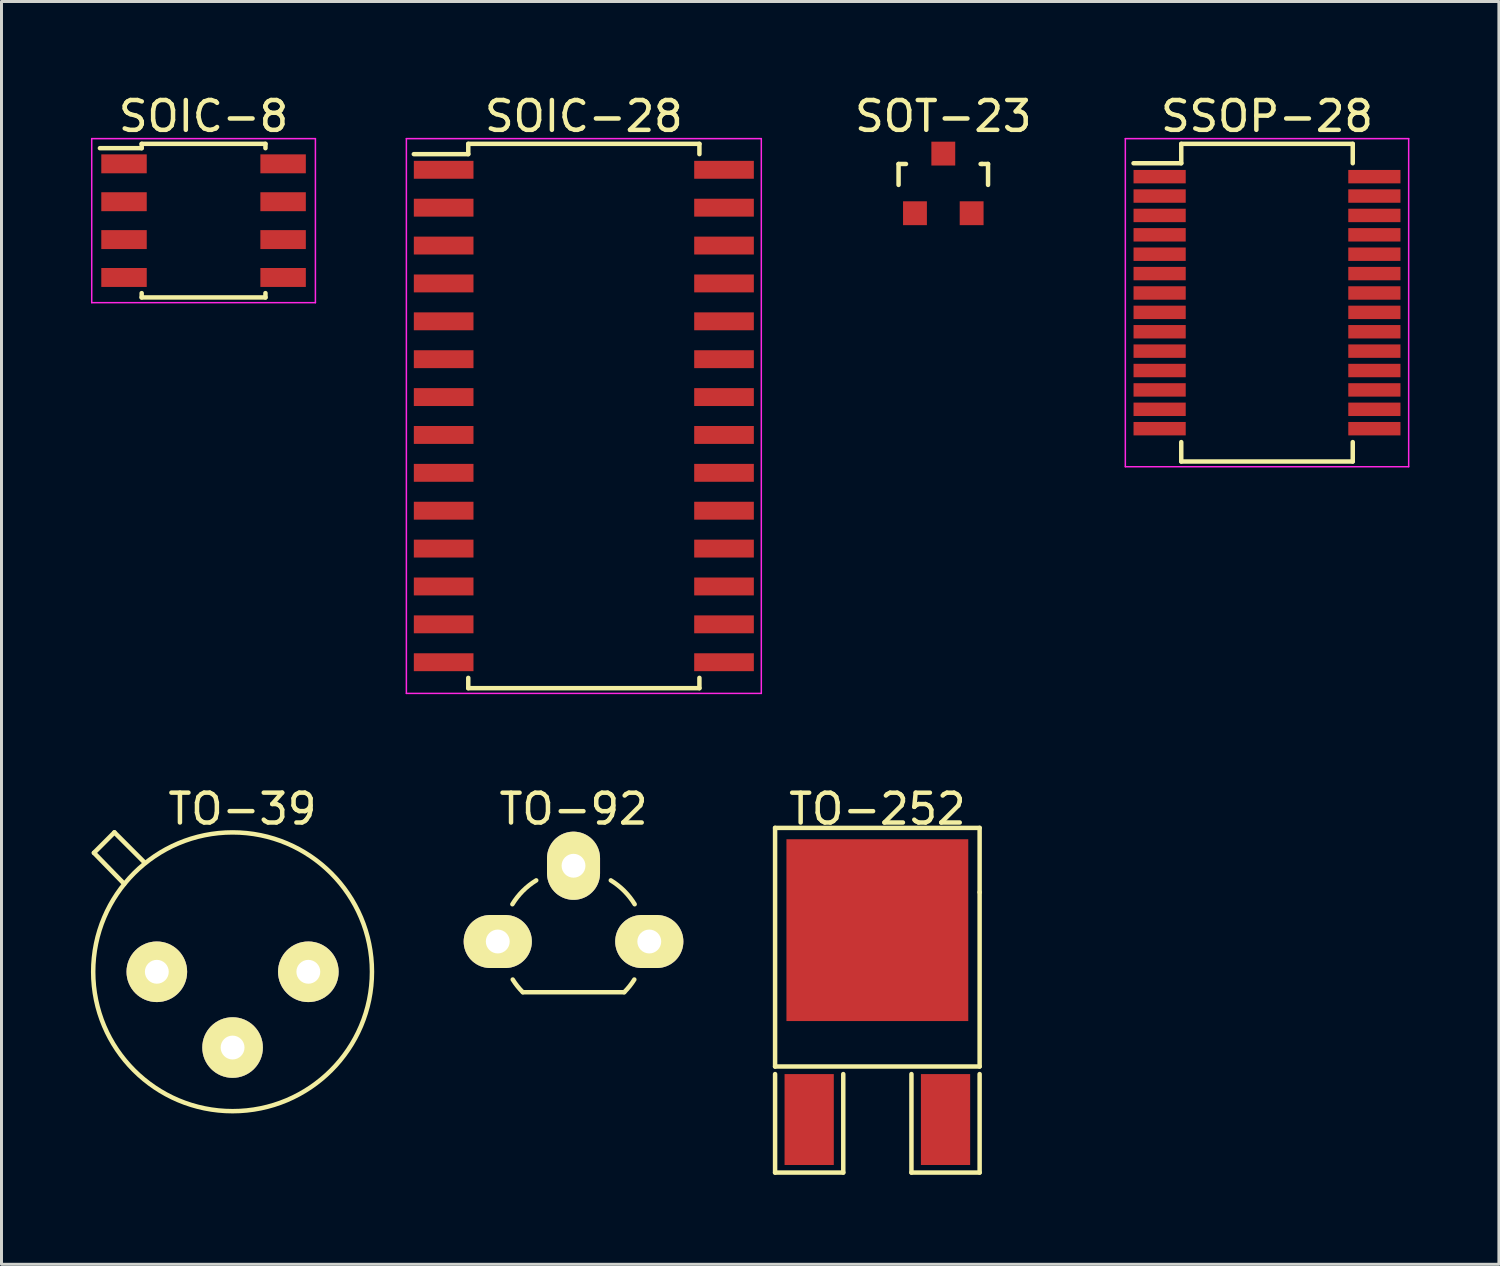
<source format=kicad_pcb>
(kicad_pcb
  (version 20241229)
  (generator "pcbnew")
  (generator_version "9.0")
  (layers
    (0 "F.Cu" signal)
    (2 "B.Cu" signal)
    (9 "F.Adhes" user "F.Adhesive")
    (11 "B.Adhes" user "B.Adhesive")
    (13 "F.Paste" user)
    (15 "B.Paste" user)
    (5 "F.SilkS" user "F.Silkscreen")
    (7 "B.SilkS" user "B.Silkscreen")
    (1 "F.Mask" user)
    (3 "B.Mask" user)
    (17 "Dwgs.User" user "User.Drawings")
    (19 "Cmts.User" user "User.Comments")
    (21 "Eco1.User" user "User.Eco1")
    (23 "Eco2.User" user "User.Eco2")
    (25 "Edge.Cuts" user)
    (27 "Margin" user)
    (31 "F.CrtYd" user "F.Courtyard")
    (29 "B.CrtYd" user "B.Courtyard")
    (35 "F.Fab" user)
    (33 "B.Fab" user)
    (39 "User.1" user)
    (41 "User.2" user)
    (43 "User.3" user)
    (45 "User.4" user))
  (footprint "SOT-23"
    (layer "F.Cu")
    (at 28.577 3.098)
    (property "Reference" "SOT-23" (at 0 -2.25 0) (layer "F.SilkS") (effects (font (size 1 1) (thickness 0.15))))
    (attr smd)
    (fp_line (start -1.5 -0.65) (end -1.251 -0.65) (stroke (width 0.15) (type solid)) (layer "F.SilkS"))
    (fp_line (start -1.5 0.051) (end -1.5 -0.65) (stroke (width 0.15) (type solid)) (layer "F.SilkS"))
    (fp_line (start 1.299 -0.65) (end 1.251 -0.65) (stroke (width 0.15) (type solid)) (layer "F.SilkS"))
    (fp_line (start 1.299 -0.65) (end 1.5 -0.65) (stroke (width 0.15) (type solid)) (layer "F.SilkS"))
    (fp_line (start 1.5 -0.65) (end 1.5 0.051) (stroke (width 0.15) (type solid)) (layer "F.SilkS"))
    (pad "1" smd rect (at -0.95 1.001) (size 0.8 0.8) (layers "F.Cu" "F.Mask" "F.Paste"))
    (pad "2" smd rect (at 0.95 1.001) (size 0.8 0.8) (layers "F.Cu" "F.Mask" "F.Paste"))
    (pad "3" smd rect (at 0 -0.998) (size 0.8 0.8) (layers "F.Cu" "F.Mask" "F.Paste")))
  (footprint "SOIC-28"
    (layer "F.Cu")
    (at 16.525 10.898)
    (property "Reference" "SOIC-28" (at 0 -10.05 0) (layer "F.SilkS") (effects (font (size 1 1) (thickness 0.15))))
    (attr smd)
    (fp_line (start -3.875 -9.125) (end -3.875 -8.78) (stroke (width 0.15) (type solid)) (layer "F.SilkS"))
    (fp_line (start -3.875 -9.125) (end 3.875 -9.125) (stroke (width 0.15) (type solid)) (layer "F.SilkS"))
    (fp_line (start -3.875 -8.78) (end -5.7 -8.78) (stroke (width 0.15) (type solid)) (layer "F.SilkS"))
    (fp_line (start -3.875 9.125) (end -3.875 8.78) (stroke (width 0.15) (type solid)) (layer "F.SilkS"))
    (fp_line (start -3.875 9.125) (end 3.875 9.125) (stroke (width 0.15) (type solid)) (layer "F.SilkS"))
    (fp_line (start 3.875 -9.125) (end 3.875 -8.78) (stroke (width 0.15) (type solid)) (layer "F.SilkS"))
    (fp_line (start 3.875 9.125) (end 3.875 8.78) (stroke (width 0.15) (type solid)) (layer "F.SilkS"))
    (fp_line (start -5.95 -9.3) (end -5.95 9.3) (stroke (width 0.05) (type solid)) (layer "F.CrtYd"))
    (fp_line (start -5.95 -9.3) (end 5.95 -9.3) (stroke (width 0.05) (type solid)) (layer "F.CrtYd"))
    (fp_line (start -5.95 9.3) (end 5.95 9.3) (stroke (width 0.05) (type solid)) (layer "F.CrtYd"))
    (fp_line (start 5.95 -9.3) (end 5.95 9.3) (stroke (width 0.05) (type solid)) (layer "F.CrtYd"))
    (pad "1" smd rect (at -4.7 -8.255) (size 2 0.6) (layers "F.Cu" "F.Mask" "F.Paste"))
    (pad "2" smd rect (at -4.7 -6.985) (size 2 0.6) (layers "F.Cu" "F.Mask" "F.Paste"))
    (pad "3" smd rect (at -4.7 -5.715) (size 2 0.6) (layers "F.Cu" "F.Mask" "F.Paste"))
    (pad "4" smd rect (at -4.7 -4.445) (size 2 0.6) (layers "F.Cu" "F.Mask" "F.Paste"))
    (pad "5" smd rect (at -4.7 -3.175) (size 2 0.6) (layers "F.Cu" "F.Mask" "F.Paste"))
    (pad "6" smd rect (at -4.7 -1.905) (size 2 0.6) (layers "F.Cu" "F.Mask" "F.Paste"))
    (pad "7" smd rect (at -4.7 -0.635) (size 2 0.6) (layers "F.Cu" "F.Mask" "F.Paste"))
    (pad "8" smd rect (at -4.7 0.635) (size 2 0.6) (layers "F.Cu" "F.Mask" "F.Paste"))
    (pad "9" smd rect (at -4.7 1.905) (size 2 0.6) (layers "F.Cu" "F.Mask" "F.Paste"))
    (pad "10" smd rect (at -4.7 3.175) (size 2 0.6) (layers "F.Cu" "F.Mask" "F.Paste"))
    (pad "11" smd rect (at -4.7 4.445) (size 2 0.6) (layers "F.Cu" "F.Mask" "F.Paste"))
    (pad "12" smd rect (at -4.7 5.715) (size 2 0.6) (layers "F.Cu" "F.Mask" "F.Paste"))
    (pad "13" smd rect (at -4.7 6.985) (size 2 0.6) (layers "F.Cu" "F.Mask" "F.Paste"))
    (pad "14" smd rect (at -4.7 8.255) (size 2 0.6) (layers "F.Cu" "F.Mask" "F.Paste"))
    (pad "15" smd rect (at 4.7 8.255) (size 2 0.6) (layers "F.Cu" "F.Mask" "F.Paste"))
    (pad "16" smd rect (at 4.7 6.985) (size 2 0.6) (layers "F.Cu" "F.Mask" "F.Paste"))
    (pad "17" smd rect (at 4.7 5.715) (size 2 0.6) (layers "F.Cu" "F.Mask" "F.Paste"))
    (pad "18" smd rect (at 4.7 4.445) (size 2 0.6) (layers "F.Cu" "F.Mask" "F.Paste"))
    (pad "19" smd rect (at 4.7 3.175) (size 2 0.6) (layers "F.Cu" "F.Mask" "F.Paste"))
    (pad "20" smd rect (at 4.7 1.905) (size 2 0.6) (layers "F.Cu" "F.Mask" "F.Paste"))
    (pad "21" smd rect (at 4.7 0.635) (size 2 0.6) (layers "F.Cu" "F.Mask" "F.Paste"))
    (pad "22" smd rect (at 4.7 -0.635) (size 2 0.6) (layers "F.Cu" "F.Mask" "F.Paste"))
    (pad "23" smd rect (at 4.7 -1.905) (size 2 0.6) (layers "F.Cu" "F.Mask" "F.Paste"))
    (pad "24" smd rect (at 4.7 -3.175) (size 2 0.6) (layers "F.Cu" "F.Mask" "F.Paste"))
    (pad "25" smd rect (at 4.7 -4.445) (size 2 0.6) (layers "F.Cu" "F.Mask" "F.Paste"))
    (pad "26" smd rect (at 4.7 -5.715) (size 2 0.6) (layers "F.Cu" "F.Mask" "F.Paste"))
    (pad "27" smd rect (at 4.7 -6.985) (size 2 0.6) (layers "F.Cu" "F.Mask" "F.Paste"))
    (pad "28" smd rect (at 4.7 -8.255) (size 2 0.6) (layers "F.Cu" "F.Mask" "F.Paste")))
  (footprint "SSOP-28"
    (layer "F.Cu")
    (at 39.43 7.098)
    (property "Reference" "SSOP-28" (at 0 -6.25 0) (layer "F.SilkS") (effects (font (size 1 1) (thickness 0.15))))
    (attr smd)
    (fp_line (start -2.875 -5.325) (end -2.875 -4.675) (stroke (width 0.15) (type solid)) (layer "F.SilkS"))
    (fp_line (start -2.875 -5.325) (end 2.875 -5.325) (stroke (width 0.15) (type solid)) (layer "F.SilkS"))
    (fp_line (start -2.875 -4.675) (end -4.475 -4.675) (stroke (width 0.15) (type solid)) (layer "F.SilkS"))
    (fp_line (start -2.875 5.325) (end -2.875 4.675) (stroke (width 0.15) (type solid)) (layer "F.SilkS"))
    (fp_line (start -2.875 5.325) (end 2.875 5.325) (stroke (width 0.15) (type solid)) (layer "F.SilkS"))
    (fp_line (start 2.875 -5.325) (end 2.875 -4.675) (stroke (width 0.15) (type solid)) (layer "F.SilkS"))
    (fp_line (start 2.875 5.325) (end 2.875 4.675) (stroke (width 0.15) (type solid)) (layer "F.SilkS"))
    (fp_line (start -4.75 -5.5) (end -4.75 5.5) (stroke (width 0.05) (type solid)) (layer "F.CrtYd"))
    (fp_line (start -4.75 -5.5) (end 4.75 -5.5) (stroke (width 0.05) (type solid)) (layer "F.CrtYd"))
    (fp_line (start -4.75 5.5) (end 4.75 5.5) (stroke (width 0.05) (type solid)) (layer "F.CrtYd"))
    (fp_line (start 4.75 -5.5) (end 4.75 5.5) (stroke (width 0.05) (type solid)) (layer "F.CrtYd"))
    (pad "1" smd rect (at -3.6 -4.225) (size 1.75 0.45) (layers "F.Cu" "F.Mask" "F.Paste"))
    (pad "2" smd rect (at -3.6 -3.575) (size 1.75 0.45) (layers "F.Cu" "F.Mask" "F.Paste"))
    (pad "3" smd rect (at -3.6 -2.925) (size 1.75 0.45) (layers "F.Cu" "F.Mask" "F.Paste"))
    (pad "4" smd rect (at -3.6 -2.275) (size 1.75 0.45) (layers "F.Cu" "F.Mask" "F.Paste"))
    (pad "5" smd rect (at -3.6 -1.625) (size 1.75 0.45) (layers "F.Cu" "F.Mask" "F.Paste"))
    (pad "6" smd rect (at -3.6 -0.975) (size 1.75 0.45) (layers "F.Cu" "F.Mask" "F.Paste"))
    (pad "7" smd rect (at -3.6 -0.325) (size 1.75 0.45) (layers "F.Cu" "F.Mask" "F.Paste"))
    (pad "8" smd rect (at -3.6 0.325) (size 1.75 0.45) (layers "F.Cu" "F.Mask" "F.Paste"))
    (pad "9" smd rect (at -3.6 0.975) (size 1.75 0.45) (layers "F.Cu" "F.Mask" "F.Paste"))
    (pad "10" smd rect (at -3.6 1.625) (size 1.75 0.45) (layers "F.Cu" "F.Mask" "F.Paste"))
    (pad "11" smd rect (at -3.6 2.275) (size 1.75 0.45) (layers "F.Cu" "F.Mask" "F.Paste"))
    (pad "12" smd rect (at -3.6 2.925) (size 1.75 0.45) (layers "F.Cu" "F.Mask" "F.Paste"))
    (pad "13" smd rect (at -3.6 3.575) (size 1.75 0.45) (layers "F.Cu" "F.Mask" "F.Paste"))
    (pad "14" smd rect (at -3.6 4.225) (size 1.75 0.45) (layers "F.Cu" "F.Mask" "F.Paste"))
    (pad "15" smd rect (at 3.6 4.225) (size 1.75 0.45) (layers "F.Cu" "F.Mask" "F.Paste"))
    (pad "16" smd rect (at 3.6 3.575) (size 1.75 0.45) (layers "F.Cu" "F.Mask" "F.Paste"))
    (pad "17" smd rect (at 3.6 2.925) (size 1.75 0.45) (layers "F.Cu" "F.Mask" "F.Paste"))
    (pad "18" smd rect (at 3.6 2.275) (size 1.75 0.45) (layers "F.Cu" "F.Mask" "F.Paste"))
    (pad "19" smd rect (at 3.6 1.625) (size 1.75 0.45) (layers "F.Cu" "F.Mask" "F.Paste"))
    (pad "20" smd rect (at 3.6 0.975) (size 1.75 0.45) (layers "F.Cu" "F.Mask" "F.Paste"))
    (pad "21" smd rect (at 3.6 0.325) (size 1.75 0.45) (layers "F.Cu" "F.Mask" "F.Paste"))
    (pad "22" smd rect (at 3.6 -0.325) (size 1.75 0.45) (layers "F.Cu" "F.Mask" "F.Paste"))
    (pad "23" smd rect (at 3.6 -0.975) (size 1.75 0.45) (layers "F.Cu" "F.Mask" "F.Paste"))
    (pad "24" smd rect (at 3.6 -1.625) (size 1.75 0.45) (layers "F.Cu" "F.Mask" "F.Paste"))
    (pad "25" smd rect (at 3.6 -2.275) (size 1.75 0.45) (layers "F.Cu" "F.Mask" "F.Paste"))
    (pad "26" smd rect (at 3.6 -2.925) (size 1.75 0.45) (layers "F.Cu" "F.Mask" "F.Paste"))
    (pad "27" smd rect (at 3.6 -3.575) (size 1.75 0.45) (layers "F.Cu" "F.Mask" "F.Paste"))
    (pad "28" smd rect (at 3.6 -4.225) (size 1.75 0.45) (layers "F.Cu" "F.Mask" "F.Paste")))
  (footprint "TO-92"
    (layer "F.Cu")
    (at 13.639 28.517)
    (property "Reference" "TO-92" (at 2.54 -4.445 0) (layer "F.SilkS") (effects (font (size 1 1) (thickness 0.15))))
    (attr through_hole)
    (fp_line (start 0.84 1.7) (end 4.24 1.7) (stroke (width 0.15) (type solid)) (layer "F.SilkS"))
    (fp_arc (start 0.49 -1.25) (mid 0.842207 -1.697793) (end 1.29 -2.05) (stroke (width 0.15) (type solid)) (layer "F.SilkS"))
    (fp_arc (start 0.84 1.7) (mid 0.658552 1.496715) (end 0.501273 1.274203) (stroke (width 0.15) (type solid)) (layer "F.SilkS"))
    (fp_arc (start 3.79 -2.05) (mid 4.237793 -1.697793) (end 4.59 -1.25) (stroke (width 0.15) (type solid)) (layer "F.SilkS"))
    (fp_arc (start 4.578727 1.274203) (mid 4.421448 1.496715) (end 4.24 1.7) (stroke (width 0.15) (type solid)) (layer "F.SilkS"))
    (pad "1" thru_hole oval (at 0 0 90) (size 1.778 2.286) (drill 0.8) (layers "*.Cu" "*.Mask" "F.SilkS"))
    (pad "2" thru_hole oval (at 2.54 -2.54 90) (size 2.286 1.778) (drill 0.8) (layers "*.Cu" "*.Mask" "F.SilkS"))
    (pad "3" thru_hole oval (at 5.08 0 90) (size 1.778 2.286) (drill 0.8) (layers "*.Cu" "*.Mask" "F.SilkS")))
  (footprint "TO-39"
    (layer "F.Cu")
    (at 4.748 29.532)
    (property "Reference" "TO-39" (at 0.33 -5.461 0) (layer "F.SilkS") (effects (font (size 1 1) (thickness 0.15))))
    (attr through_hole)
    (fp_line (start -4.648 -3.988) (end -3.962 -4.674) (stroke (width 0.152) (type solid)) (layer "F.SilkS"))
    (fp_line (start -3.962 -4.674) (end -2.946 -3.658) (stroke (width 0.152) (type solid)) (layer "F.SilkS"))
    (fp_line (start -3.632 -2.946) (end -4.648 -3.988) (stroke (width 0.152) (type solid)) (layer "F.SilkS"))
    (fp_circle (center 0 0) (end 3.175 3.429) (stroke (width 0.15) (type solid)) (fill no) (layer "F.SilkS"))
    (pad "1" thru_hole circle (at 2.54 0) (size 2.032 2.032) (drill 0.8) (layers "*.Cu" "*.Mask" "F.SilkS"))
    (pad "2" thru_hole circle (at 0 2.54) (size 2.032 2.032) (drill 0.8) (layers "*.Cu" "*.Mask" "F.SilkS"))
    (pad "3" thru_hole circle (at -2.54 0) (size 2.032 2.032) (drill 0.8) (layers "*.Cu" "*.Mask" "F.SilkS")))
  (footprint "SOIC-8"
    (layer "F.Cu")
    (at 3.775 4.348)
    (property "Reference" "SOIC-8" (at 0 -3.5 0) (layer "F.SilkS") (effects (font (size 1 1) (thickness 0.15))))
    (attr smd)
    (fp_line (start -2.075 -2.575) (end -2.075 -2.43) (stroke (width 0.15) (type solid)) (layer "F.SilkS"))
    (fp_line (start -2.075 -2.575) (end 2.075 -2.575) (stroke (width 0.15) (type solid)) (layer "F.SilkS"))
    (fp_line (start -2.075 -2.43) (end -3.475 -2.43) (stroke (width 0.15) (type solid)) (layer "F.SilkS"))
    (fp_line (start -2.075 2.575) (end -2.075 2.43) (stroke (width 0.15) (type solid)) (layer "F.SilkS"))
    (fp_line (start -2.075 2.575) (end 2.075 2.575) (stroke (width 0.15) (type solid)) (layer "F.SilkS"))
    (fp_line (start 2.075 -2.575) (end 2.075 -2.43) (stroke (width 0.15) (type solid)) (layer "F.SilkS"))
    (fp_line (start 2.075 2.575) (end 2.075 2.43) (stroke (width 0.15) (type solid)) (layer "F.SilkS"))
    (fp_line (start -3.75 -2.75) (end -3.75 2.75) (stroke (width 0.05) (type solid)) (layer "F.CrtYd"))
    (fp_line (start -3.75 -2.75) (end 3.75 -2.75) (stroke (width 0.05) (type solid)) (layer "F.CrtYd"))
    (fp_line (start -3.75 2.75) (end 3.75 2.75) (stroke (width 0.05) (type solid)) (layer "F.CrtYd"))
    (fp_line (start 3.75 -2.75) (end 3.75 2.75) (stroke (width 0.05) (type solid)) (layer "F.CrtYd"))
    (pad "1" smd rect (at -2.667 -1.905) (size 1.524 0.635) (layers "F.Cu" "F.Mask" "F.Paste"))
    (pad "2" smd rect (at -2.667 -0.635) (size 1.524 0.635) (layers "F.Cu" "F.Mask" "F.Paste"))
    (pad "3" smd rect (at -2.667 0.635) (size 1.524 0.635) (layers "F.Cu" "F.Mask" "F.Paste"))
    (pad "4" smd rect (at -2.667 1.905) (size 1.524 0.635) (layers "F.Cu" "F.Mask" "F.Paste"))
    (pad "5" smd rect (at 2.667 1.905) (size 1.524 0.635) (layers "F.Cu" "F.Mask" "F.Paste"))
    (pad "6" smd rect (at 2.667 0.635) (size 1.524 0.635) (layers "F.Cu" "F.Mask" "F.Paste"))
    (pad "7" smd rect (at 2.667 -0.635) (size 1.524 0.635) (layers "F.Cu" "F.Mask" "F.Paste"))
    (pad "8" smd rect (at 2.667 -1.905) (size 1.524 0.635) (layers "F.Cu" "F.Mask" "F.Paste")))
  (footprint "TO-252"
    (layer "F.Cu")
    (at 26.366 34.486)
    (property "Reference" "TO-252" (at 0 -10.414 0) (layer "F.SilkS") (effects (font (size 1 1) (thickness 0.15))))
    (attr smd)
    (fp_line (start -3.429 -9.779) (end 3.429 -9.779) (stroke (width 0.15) (type solid)) (layer "F.SilkS"))
    (fp_line (start -3.429 -1.778) (end -3.429 -9.779) (stroke (width 0.15) (type solid)) (layer "F.SilkS"))
    (fp_line (start -3.429 -1.524) (end -3.429 1.778) (stroke (width 0.15) (type solid)) (layer "F.SilkS"))
    (fp_line (start -3.429 1.778) (end -1.143 1.778) (stroke (width 0.15) (type solid)) (layer "F.SilkS"))
    (fp_line (start -1.143 1.778) (end -1.143 -1.524) (stroke (width 0.15) (type solid)) (layer "F.SilkS"))
    (fp_line (start 1.143 -1.524) (end 1.143 1.778) (stroke (width 0.15) (type solid)) (layer "F.SilkS"))
    (fp_line (start 1.143 1.778) (end 3.429 1.778) (stroke (width 0.15) (type solid)) (layer "F.SilkS"))
    (fp_line (start 3.429 -9.779) (end 3.429 -7.62) (stroke (width 0.15) (type solid)) (layer "F.SilkS"))
    (fp_line (start 3.429 -7.62) (end 3.429 -1.778) (stroke (width 0.15) (type solid)) (layer "F.SilkS"))
    (fp_line (start 3.429 -1.778) (end -3.429 -1.778) (stroke (width 0.15) (type solid)) (layer "F.SilkS"))
    (fp_line (start 3.429 1.778) (end 3.429 -1.524) (stroke (width 0.15) (type solid)) (layer "F.SilkS"))
    (pad "1" smd rect (at -2.286 0) (size 1.651 3.048) (layers "F.Cu" "F.Mask" "F.Paste"))
    (pad "2" smd rect (at 0 -6.35) (size 6.096 6.096) (layers "F.Cu" "F.Mask" "F.Paste"))
    (pad "3" smd rect (at 2.286 0) (size 1.651 3.048) (layers "F.Cu" "F.Mask" "F.Paste")))
  (gr_rect
    (start -3 -3)
    (end 47.205 39.339)
    (stroke (width 0.1) (type default))
    (fill no)
    (layer "Edge.Cuts")))
</source>
